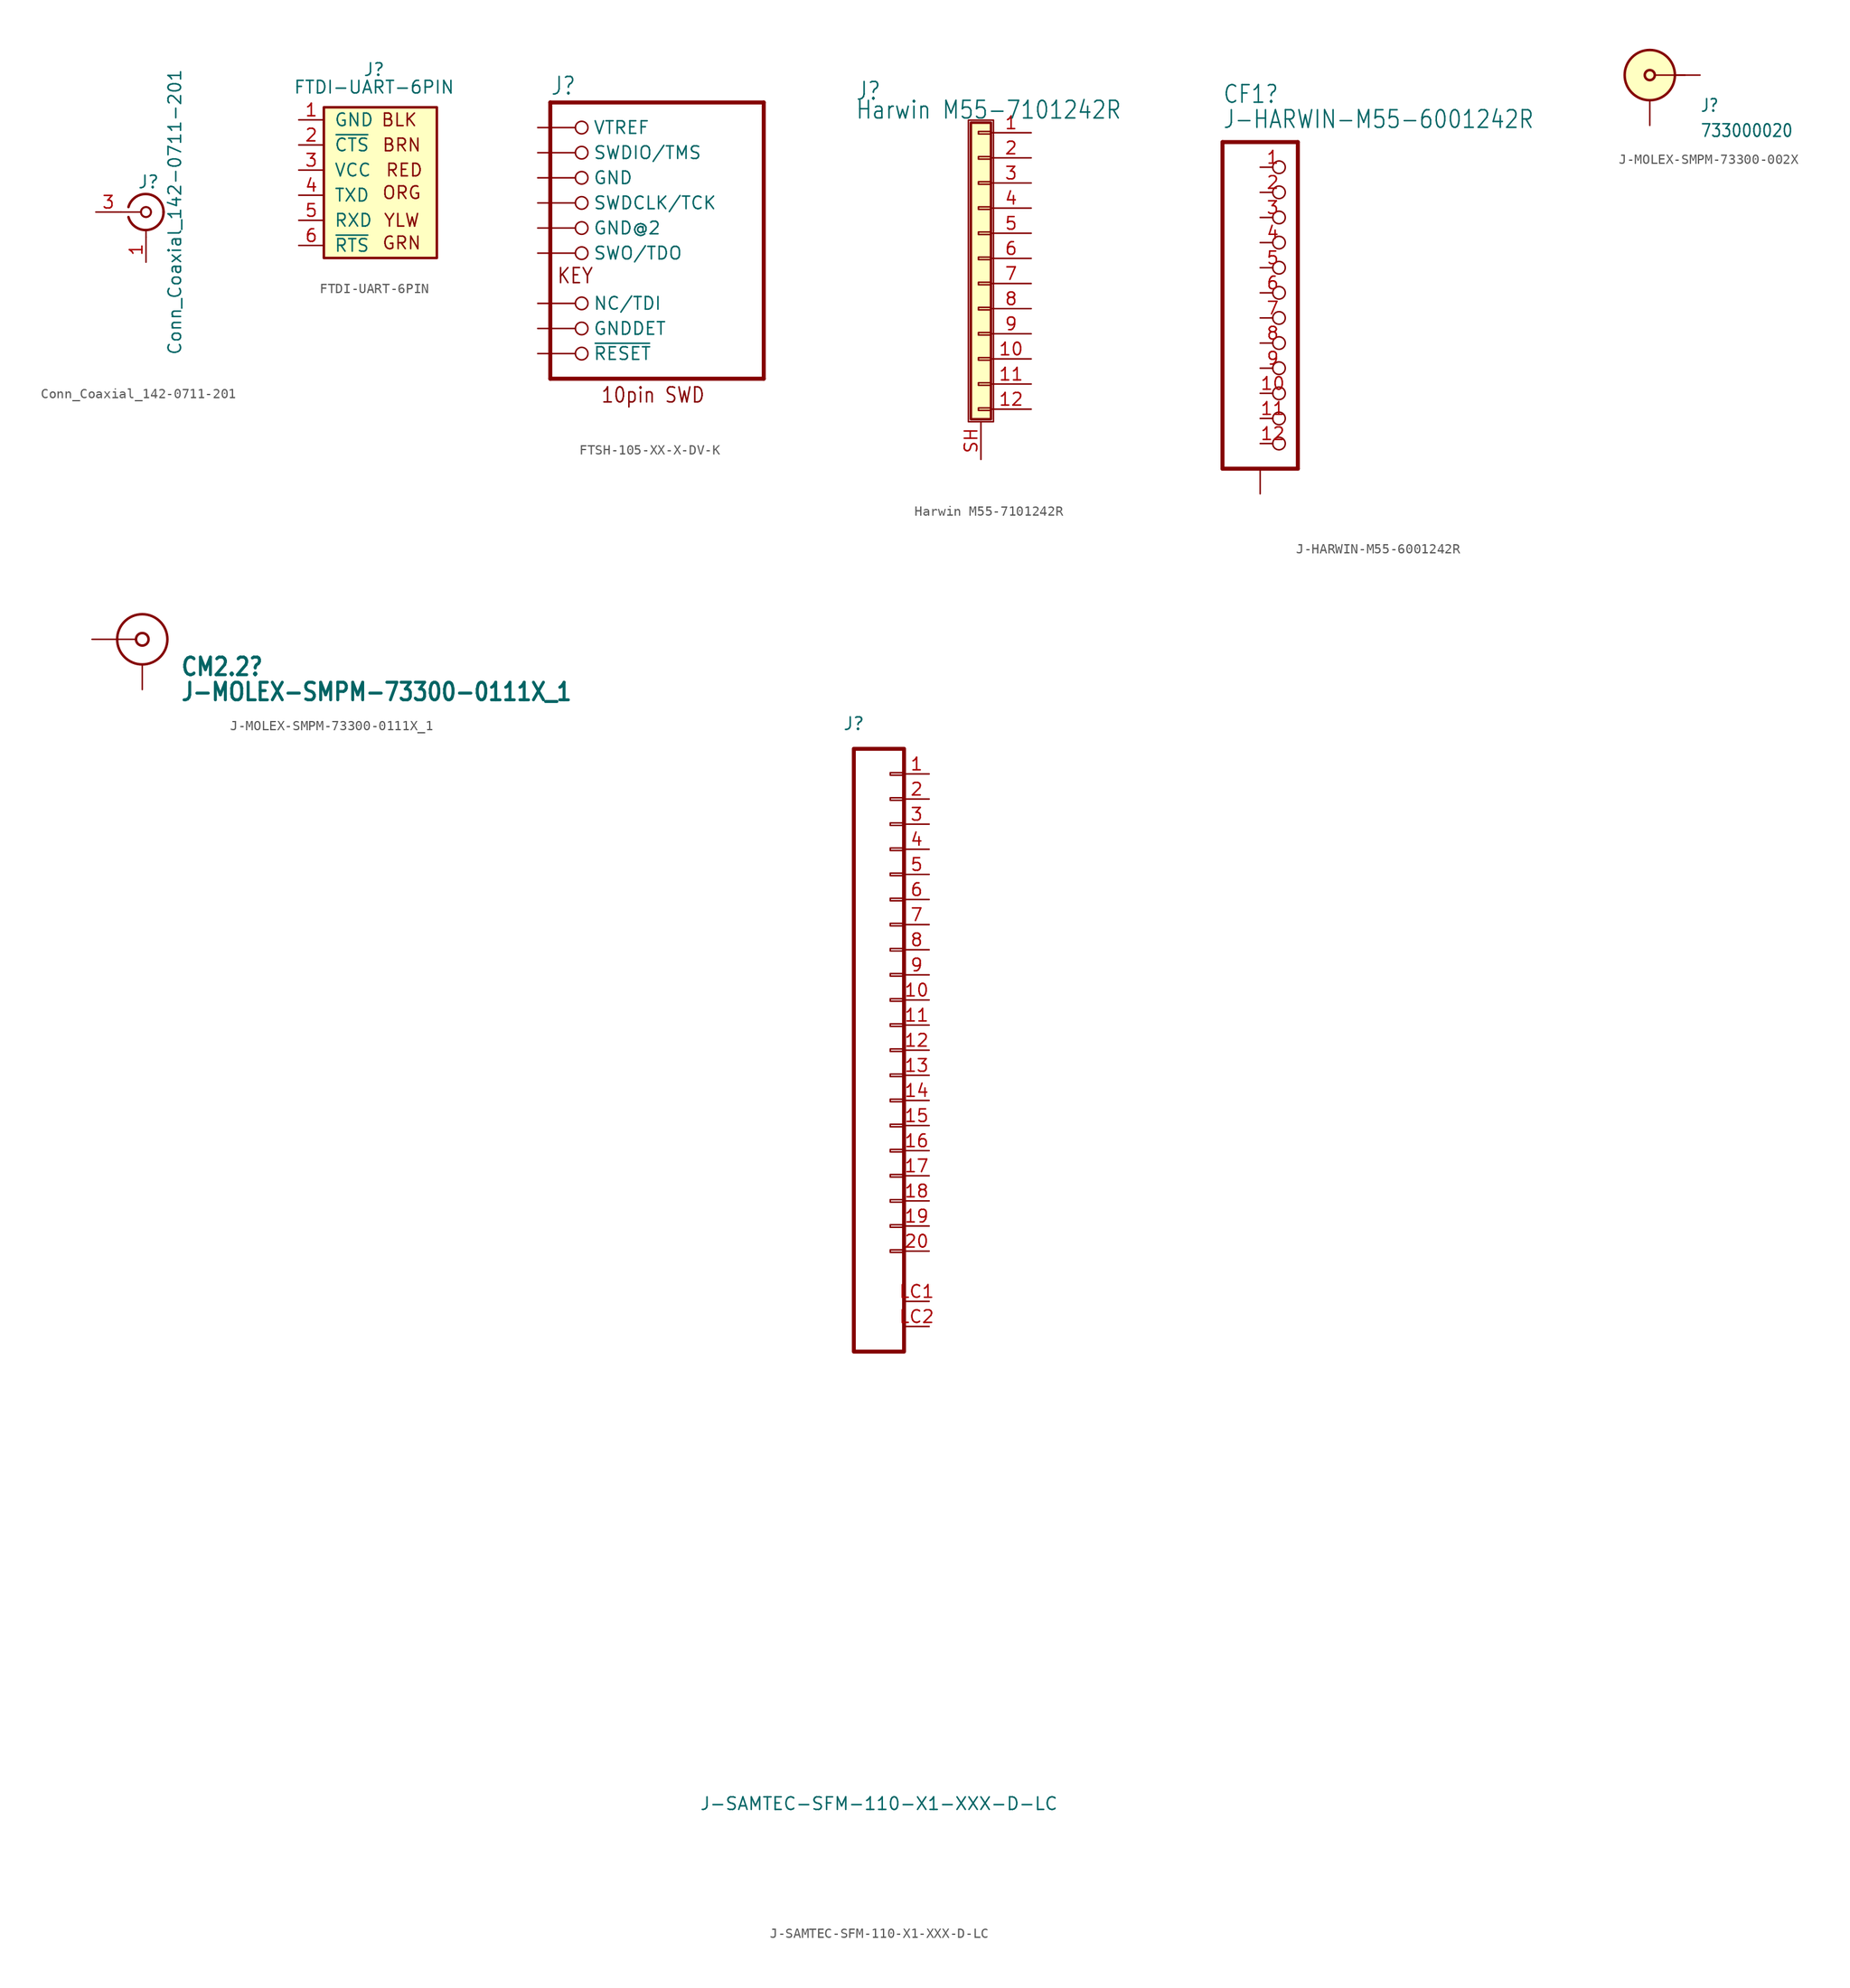
<source format=kicad_sym>
(kicad_symbol_lib
  (version 20241209)
  (generator "kicad_symbol_editor")
  (generator_version "9.0")
  (symbol "Conn_Coaxial_142-0711-201"
    (pin_names
      (offset 1.016)
      (hide yes))
    (property "Reference" "J"
      (at 0.254 3.048 0)
      (effects (font (size 1.27 1.27))))
    (property "Value" "Conn_Coaxial_142-0711-201"
      (at 2.921 0 90)
      (effects (font (size 1.27 1.27))))
    (symbol "Conn_Coaxial_142-0711-201_0_1"
      (polyline (pts (xy -2.54 0) (xy -0.508 0)) (stroke (width 0) (type default)) (fill (type none)))
      (arc (start 1.778 0) (mid 0.222 -1.8079) (end -1.778 -0.508) (stroke (width 0.254) (type default)) (fill (type none)))
      (arc (start -1.778 0.508) (mid 0.2221 1.8084) (end 1.778 0) (stroke (width 0.254) (type default)) (fill (type none)))
      (circle (center 0 0) (radius 0.508) (stroke (width 0.203) (type default)) (fill (type none)))
      (polyline (pts (xy 0 -2.54) (xy 0 -1.778)) (stroke (width 0) (type default)) (fill (type none))))
    (symbol "Conn_Coaxial_142-0711-201_1_1"
      (pin input line (at -5.08 0 0) (length 2.54) (name "3" (effects (font (size 1.27 1.27)))) (number "3" (effects (font (size 1.27 1.27)))))
      (pin passive line (at 0 -5.08 90) (length 2.54) (name "In" (effects (font (size 1.27 1.27)))) (number "1" (effects (font (size 1.27 1.27)))))
      (pin passive line (at 0 -5.08 90) (length 2.54) (hide yes) (name "Ext" (effects (font (size 1.27 1.27)))) (number "2" (effects (font (size 1.27 1.27)))))))
  (symbol "FTDI-UART-6PIN"
    (pin_names
      (offset 1.016))
    (property "Reference" "J"
      (at 0 11.43 0)
      (effects (font (size 1.27 1.27))))
    (property "Value" "FTDI-UART-6PIN"
      (at 0 9.652 0)
      (effects (font (size 1.27 1.27))))
    (symbol "FTDI-UART-6PIN_1_1"
      (rectangle (start -5.08 7.62) (end 6.35 -7.62) (stroke (width 0.254) (type default)) (fill (type background)))
      (text "BLK\n" (at 2.54 6.35 0) (effects (font (size 1.27 1.27))))
      (text "BRN" (at 2.794 3.81 0) (effects (font (size 1.27 1.27))))
      (text "ORG" (at 2.794 -1.016 0) (effects (font (size 1.27 1.27))))
      (text "YLW" (at 2.794 -3.81 0) (effects (font (size 1.27 1.27))))
      (text "GRN" (at 2.794 -6.096 0) (effects (font (size 1.27 1.27))))
      (text "RED" (at 3.048 1.27 0) (effects (font (size 1.27 1.27))))
      (pin passive line (at -7.62 6.35 0) (length 2.54) (name "GND" (effects (font (size 1.27 1.27)))) (number "1" (effects (font (size 1.27 1.27)))))
      (pin passive line (at -7.62 3.81 0) (length 2.54) (name "~{CTS}" (effects (font (size 1.27 1.27)))) (number "2" (effects (font (size 1.27 1.27)))))
      (pin passive line (at -7.62 1.27 0) (length 2.54) (name "VCC" (effects (font (size 1.27 1.27)))) (number "3" (effects (font (size 1.27 1.27)))))
      (pin passive line (at -7.62 -1.27 0) (length 2.54) (name "TXD" (effects (font (size 1.27 1.27)))) (number "4" (effects (font (size 1.27 1.27)))))
      (pin passive line (at -7.62 -3.81 0) (length 2.54) (name "RXD" (effects (font (size 1.27 1.27)))) (number "5" (effects (font (size 1.27 1.27)))))
      (pin passive line (at -7.62 -6.35 0) (length 2.54) (name "~{RTS}" (effects (font (size 1.27 1.27)))) (number "6" (effects (font (size 1.27 1.27)))))))
  (symbol "FTSH-105-XX-X-DV-K"
    (property "Reference" "J"
      (at -6.35 18.415 0)
      (effects (font (size 1.778 1.511)) (justify left bottom)))
    (symbol "FTSH-105-XX-X-DV-K_1_0"
      (polyline (pts (xy -6.35 17.78) (xy -6.35 -10.16)) (stroke (width 0.406) (type default)) (fill (type none)))
      (polyline (pts (xy -6.35 -10.16) (xy 15.24 -10.16)) (stroke (width 0.406) (type default)) (fill (type none)))
      (polyline (pts (xy 15.24 17.78) (xy -6.35 17.78)) (stroke (width 0.406) (type default)) (fill (type none)))
      (polyline (pts (xy 15.24 -10.16) (xy 15.24 17.78)) (stroke (width 0.406) (type default)) (fill (type none)))
      (text "KEY" (at -5.715 -0.635 0) (effects (font (size 1.524 1.295)) (justify left bottom)))
      (text "10pin SWD" (at -1.27 -12.7 0) (effects (font (size 1.524 1.295)) (justify left bottom)))
      (pin passive inverted (at -7.62 15.24 0) (length 5.08) (name "VTREF" (effects (font (size 1.27 1.27)))) (number "1" (effects (font (size 0 0)))))
      (pin passive inverted (at -7.62 12.7 0) (length 5.08) (name "SWDIO/TMS" (effects (font (size 1.27 1.27)))) (number "2" (effects (font (size 0 0)))))
      (pin passive inverted (at -7.62 10.16 0) (length 5.08) (name "GND" (effects (font (size 1.27 1.27)))) (number "3" (effects (font (size 0 0)))))
      (pin passive inverted (at -7.62 7.62 0) (length 5.08) (name "SWDCLK/TCK" (effects (font (size 1.27 1.27)))) (number "4" (effects (font (size 0 0)))))
      (pin passive inverted (at -7.62 5.08 0) (length 5.08) (name "GND@2" (effects (font (size 1.27 1.27)))) (number "5" (effects (font (size 0 0)))))
      (pin passive inverted (at -7.62 2.54 0) (length 5.08) (name "SWO/TDO" (effects (font (size 1.27 1.27)))) (number "6" (effects (font (size 0 0)))))
      (pin passive inverted (at -7.62 -2.54 0) (length 5.08) (name "NC/TDI" (effects (font (size 1.27 1.27)))) (number "8" (effects (font (size 0 0)))))
      (pin passive inverted (at -7.62 -5.08 0) (length 5.08) (name "GNDDET" (effects (font (size 1.27 1.27)))) (number "9" (effects (font (size 0 0)))))
      (pin passive inverted (at -7.62 -7.62 0) (length 5.08) (name "~{RESET}" (effects (font (size 1.27 1.27)))) (number "10" (effects (font (size 0 0)))))))
  (symbol "Harwin M55-7101242R"
    (pin_names
      (hide yes))
    (property "Reference" "J"
      (at -12.7 15.875 0)
      (effects (font (size 1.778 1.511)) (justify left bottom)))
    (property "Value" "Harwin M55-7101242R"
      (at -12.7 13.97 0)
      (effects (font (size 1.778 1.511)) (justify left bottom)))
    (symbol "Harwin M55-7101242R_1_1"
      (rectangle (start -1.27 -16.51) (end 1.27 13.97) (stroke (width 0.152) (type default)) (fill (type none)))
      (rectangle (start -1.016 -16.256) (end 1.016 13.716) (stroke (width 0.254) (type default)) (fill (type background)))
      (rectangle (start -0.254 12.573) (end 1.016 12.827) (stroke (width 0.152) (type default)) (fill (type none)))
      (rectangle (start -0.254 10.033) (end 1.016 10.287) (stroke (width 0.152) (type default)) (fill (type none)))
      (rectangle (start -0.254 7.493) (end 1.016 7.747) (stroke (width 0.152) (type default)) (fill (type none)))
      (rectangle (start -0.254 4.953) (end 1.016 5.207) (stroke (width 0.152) (type default)) (fill (type none)))
      (rectangle (start -0.254 2.413) (end 1.016 2.667) (stroke (width 0.152) (type default)) (fill (type none)))
      (rectangle (start -0.254 -0.127) (end 1.016 0.127) (stroke (width 0.152) (type default)) (fill (type none)))
      (rectangle (start -0.254 -2.667) (end 1.016 -2.413) (stroke (width 0.152) (type default)) (fill (type none)))
      (rectangle (start -0.254 -5.207) (end 1.016 -4.953) (stroke (width 0.152) (type default)) (fill (type none)))
      (rectangle (start -0.254 -7.747) (end 1.016 -7.493) (stroke (width 0.152) (type default)) (fill (type none)))
      (rectangle (start -0.254 -10.287) (end 1.016 -10.033) (stroke (width 0.152) (type default)) (fill (type none)))
      (rectangle (start -0.254 -12.827) (end 1.016 -12.573) (stroke (width 0.152) (type default)) (fill (type none)))
      (rectangle (start -0.254 -15.367) (end 1.016 -15.113) (stroke (width 0.152) (type default)) (fill (type none)))
      (pin passive line (at 0 -20.32 90) (length 3.81) (name "Shield" (effects (font (size 1.27 1.27)))) (number "SH" (effects (font (size 1.27 1.27)))))
      (pin passive line (at 5.08 12.7 180) (length 4.064) (name "Pin_1" (effects (font (size 1.27 1.27)))) (number "1" (effects (font (size 1.27 1.27)))))
      (pin passive line (at 5.08 10.16 180) (length 4.064) (name "Pin_2" (effects (font (size 1.27 1.27)))) (number "2" (effects (font (size 1.27 1.27)))))
      (pin passive line (at 5.08 7.62 180) (length 4.064) (name "Pin_3" (effects (font (size 1.27 1.27)))) (number "3" (effects (font (size 1.27 1.27)))))
      (pin passive line (at 5.08 5.08 180) (length 4.064) (name "Pin_4" (effects (font (size 1.27 1.27)))) (number "4" (effects (font (size 1.27 1.27)))))
      (pin passive line (at 5.08 2.54 180) (length 4.064) (name "Pin_5" (effects (font (size 1.27 1.27)))) (number "5" (effects (font (size 1.27 1.27)))))
      (pin passive line (at 5.08 0 180) (length 4.064) (name "Pin_6" (effects (font (size 1.27 1.27)))) (number "6" (effects (font (size 1.27 1.27)))))
      (pin passive line (at 5.08 -2.54 180) (length 4.064) (name "Pin_7" (effects (font (size 1.27 1.27)))) (number "7" (effects (font (size 1.27 1.27)))))
      (pin passive line (at 5.08 -5.08 180) (length 4.064) (name "Pin_8" (effects (font (size 1.27 1.27)))) (number "8" (effects (font (size 1.27 1.27)))))
      (pin passive line (at 5.08 -7.62 180) (length 4.064) (name "Pin_9" (effects (font (size 1.27 1.27)))) (number "9" (effects (font (size 1.27 1.27)))))
      (pin passive line (at 5.08 -10.16 180) (length 4.064) (name "Pin_10" (effects (font (size 1.27 1.27)))) (number "10" (effects (font (size 1.27 1.27)))))
      (pin passive line (at 5.08 -12.7 180) (length 4.064) (name "Pin_11" (effects (font (size 1.27 1.27)))) (number "11" (effects (font (size 1.27 1.27)))))
      (pin passive line (at 5.08 -15.24 180) (length 4.064) (name "Pin_12" (effects (font (size 1.27 1.27)))) (number "12" (effects (font (size 1.27 1.27)))))))
  (symbol "J-HARWIN-M55-6001242R"
    (pin_names
      (hide yes))
    (property "Reference" "CF1"
      (at -6.35 19.05 0)
      (effects (font (size 1.778 1.511)) (justify left bottom)))
    (property "Value" "J-HARWIN-M55-6001242R"
      (at -6.35 16.51 0)
      (effects (font (size 1.778 1.511)) (justify left bottom)))
    (symbol "J-HARWIN-M55-6001242R_1_0"
      (polyline (pts (xy -6.35 15.24) (xy -6.35 -17.78)) (stroke (width 0.406) (type default)) (fill (type none)))
      (polyline (pts (xy -6.35 -17.78) (xy 1.27 -17.78)) (stroke (width 0.406) (type default)) (fill (type none)))
      (polyline (pts (xy 1.27 15.24) (xy -6.35 15.24)) (stroke (width 0.406) (type default)) (fill (type none)))
      (polyline (pts (xy 1.27 -17.78) (xy 1.27 15.24)) (stroke (width 0.406) (type default)) (fill (type none)))
      (pin passive inverted (at -2.54 12.7 0) (length 2.54) (name "1" (effects (font (size 0 0)))) (number "1" (effects (font (size 1.27 1.27)))))
      (pin passive inverted (at -2.54 10.16 0) (length 2.54) (name "2" (effects (font (size 0 0)))) (number "2" (effects (font (size 1.27 1.27)))))
      (pin passive inverted (at -2.54 7.62 0) (length 2.54) (name "3" (effects (font (size 0 0)))) (number "3" (effects (font (size 1.27 1.27)))))
      (pin passive inverted (at -2.54 5.08 0) (length 2.54) (name "4" (effects (font (size 0 0)))) (number "4" (effects (font (size 1.27 1.27)))))
      (pin passive inverted (at -2.54 2.54 0) (length 2.54) (name "5" (effects (font (size 0 0)))) (number "5" (effects (font (size 1.27 1.27)))))
      (pin passive inverted (at -2.54 0 0) (length 2.54) (name "6" (effects (font (size 0 0)))) (number "6" (effects (font (size 1.27 1.27)))))
      (pin passive inverted (at -2.54 -2.54 0) (length 2.54) (name "7" (effects (font (size 0 0)))) (number "7" (effects (font (size 1.27 1.27)))))
      (pin passive inverted (at -2.54 -5.08 0) (length 2.54) (name "8" (effects (font (size 0 0)))) (number "8" (effects (font (size 1.27 1.27)))))
      (pin passive inverted (at -2.54 -7.62 0) (length 2.54) (name "9" (effects (font (size 0 0)))) (number "9" (effects (font (size 1.27 1.27)))))
      (pin passive inverted (at -2.54 -10.16 0) (length 2.54) (name "10" (effects (font (size 0 0)))) (number "10" (effects (font (size 1.27 1.27)))))
      (pin passive inverted (at -2.54 -12.7 0) (length 2.54) (name "11" (effects (font (size 0 0)))) (number "11" (effects (font (size 1.27 1.27)))))
      (pin passive inverted (at -2.54 -15.24 0) (length 2.54) (name "12" (effects (font (size 0 0)))) (number "12" (effects (font (size 1.27 1.27)))))
      (pin passive line (at -2.54 -20.32 90) (length 2.54) (name "SHIELD" (effects (font (size 0 0)))) (number "SH" (effects (font (size 0 0)))))))
  (symbol "J-MOLEX-SMPM-73300-002X"
    (property "Reference" "J"
      (at 5.08 -3.81 0)
      (effects (font (size 1.27 1.079)) (justify left bottom)))
    (property "Value" "733000020"
      (at 5.08 -6.35 0)
      (effects (font (size 1.27 1.079)) (justify left bottom)))
    (symbol "J-MOLEX-SMPM-73300-002X_1_0"
      (circle (center 0 0) (radius 0.508) (stroke (width 0.254) (type default)) (fill (type none)))
      (circle (center 0 0) (radius 2.54) (stroke (width 0.254) (type default)) (fill (type background)))
      (polyline (pts (xy 0.508 0) (xy 3.556 0)) (stroke (width 0.152) (type default)) (fill (type none)))
      (pin passive line (at 0 -5.08 90) (length 2.54) (name "SHLD" (effects (font (size 0 0)))) (number "SHLD" (effects (font (size 0 0)))))
      (pin passive line (at 5.08 0 180) (length 2.54) (name "SIG" (effects (font (size 0 0)))) (number "SIG" (effects (font (size 0 0)))))))
  (symbol "J-MOLEX-SMPM-73300-0111X_1"
    (property "Reference" "CM2.2"
      (at 3.81 -3.81 0)
      (effects (font (size 1.778 1.511) (bold yes)) (justify left bottom)))
    (property "Value" "J-MOLEX-SMPM-73300-0111X_1"
      (at 3.81 -6.35 0)
      (effects (font (size 1.778 1.511) (bold yes)) (justify left bottom)))
    (property "ki_locked" ""
      (at 0 0 0)
      (effects (font (size 1.27 1.27))))
    (symbol "J-MOLEX-SMPM-73300-0111X_1_1_0"
      (polyline (pts (xy -2.54 0) (xy -0.635 0)) (stroke (width 0.152) (type default)) (fill (type none)))
      (circle (center 0 0) (radius 0.635) (stroke (width 0.254) (type default)) (fill (type none)))
      (circle (center 0 0) (radius 2.54) (stroke (width 0.254) (type default)) (fill (type none)))
      (pin passive line (at -5.08 0 0) (length 2.54) (name "RF" (effects (font (size 0 0)))) (number "RF-DOWN" (effects (font (size 0 0)))))
      (pin passive line (at 0 -5.08 90) (length 2.54) (name "SHIELD1" (effects (font (size 0 0)))) (number "GND" (effects (font (size 0 0)))))))
  (symbol "J-SAMTEC-SFM-110-X1-XXX-D-LC"
    (pin_names
      (hide yes))
    (property "Reference" "J"
      (at -2.54 53.34 0)
      (effects (font (size 1.27 1.27))))
    (property "Value" "J-SAMTEC-SFM-110-X1-XXX-D-LC"
      (at 0 -55.88 0)
      (effects (font (size 1.27 1.27))))
    (symbol "J-SAMTEC-SFM-110-X1-XXX-D-LC_0_1"
      (rectangle (start -2.54 50.8) (end 2.54 -10.16) (stroke (width 0.4) (type default)) (fill (type none)))
      (rectangle (start 2.413 48.387) (end 1.143 48.133) (stroke (width 0.152) (type default)) (fill (type none)))
      (rectangle (start 2.413 45.847) (end 1.143 45.593) (stroke (width 0.152) (type default)) (fill (type none)))
      (rectangle (start 2.413 43.307) (end 1.143 43.053) (stroke (width 0.152) (type default)) (fill (type none)))
      (rectangle (start 2.413 40.767) (end 1.143 40.513) (stroke (width 0.152) (type default)) (fill (type none)))
      (rectangle (start 2.413 38.227) (end 1.143 37.973) (stroke (width 0.152) (type default)) (fill (type none)))
      (rectangle (start 2.413 35.687) (end 1.143 35.433) (stroke (width 0.152) (type default)) (fill (type none)))
      (rectangle (start 2.413 33.147) (end 1.143 32.893) (stroke (width 0.152) (type default)) (fill (type none)))
      (rectangle (start 2.413 30.607) (end 1.143 30.353) (stroke (width 0.152) (type default)) (fill (type none)))
      (rectangle (start 2.413 28.067) (end 1.143 27.813) (stroke (width 0.152) (type default)) (fill (type none)))
      (rectangle (start 2.413 25.527) (end 1.143 25.273) (stroke (width 0.152) (type default)) (fill (type none)))
      (rectangle (start 2.413 22.987) (end 1.143 22.733) (stroke (width 0.152) (type default)) (fill (type none)))
      (rectangle (start 2.413 20.447) (end 1.143 20.193) (stroke (width 0.152) (type default)) (fill (type none)))
      (rectangle (start 2.413 17.907) (end 1.143 17.653) (stroke (width 0.152) (type default)) (fill (type none)))
      (rectangle (start 2.413 15.367) (end 1.143 15.113) (stroke (width 0.152) (type default)) (fill (type none)))
      (rectangle (start 2.413 12.827) (end 1.143 12.573) (stroke (width 0.152) (type default)) (fill (type none)))
      (rectangle (start 2.413 10.287) (end 1.143 10.033) (stroke (width 0.152) (type default)) (fill (type none)))
      (rectangle (start 2.413 7.747) (end 1.143 7.493) (stroke (width 0.152) (type default)) (fill (type none)))
      (rectangle (start 2.413 5.207) (end 1.143 4.953) (stroke (width 0.152) (type default)) (fill (type none)))
      (rectangle (start 2.413 2.667) (end 1.143 2.413) (stroke (width 0.152) (type default)) (fill (type none)))
      (rectangle (start 2.413 0.127) (end 1.143 -0.127) (stroke (width 0.152) (type default)) (fill (type none))))
    (symbol "J-SAMTEC-SFM-110-X1-XXX-D-LC_1_1"
      (pin passive line (at 5.08 48.26 180) (length 2.54) (name "" (effects (font (size 1.27 1.27)))) (number "1" (effects (font (size 1.27 1.27)))))
      (pin passive line (at 5.08 45.72 180) (length 2.54) (name "" (effects (font (size 1.27 1.27)))) (number "2" (effects (font (size 1.27 1.27)))))
      (pin passive line (at 5.08 43.18 180) (length 2.54) (name "" (effects (font (size 1.27 1.27)))) (number "3" (effects (font (size 1.27 1.27)))))
      (pin passive line (at 5.08 40.64 180) (length 2.54) (name "" (effects (font (size 1.27 1.27)))) (number "4" (effects (font (size 1.27 1.27)))))
      (pin passive line (at 5.08 38.1 180) (length 2.54) (name "" (effects (font (size 1.27 1.27)))) (number "5" (effects (font (size 1.27 1.27)))))
      (pin passive line (at 5.08 35.56 180) (length 2.54) (name "" (effects (font (size 1.27 1.27)))) (number "6" (effects (font (size 1.27 1.27)))))
      (pin passive line (at 5.08 33.02 180) (length 2.54) (name "" (effects (font (size 1.27 1.27)))) (number "7" (effects (font (size 1.27 1.27)))))
      (pin passive line (at 5.08 30.48 180) (length 2.54) (name "" (effects (font (size 1.27 1.27)))) (number "8" (effects (font (size 1.27 1.27)))))
      (pin passive line (at 5.08 27.94 180) (length 2.54) (name "" (effects (font (size 1.27 1.27)))) (number "9" (effects (font (size 1.27 1.27)))))
      (pin passive line (at 5.08 25.4 180) (length 2.54) (name "" (effects (font (size 1.27 1.27)))) (number "10" (effects (font (size 1.27 1.27)))))
      (pin passive line (at 5.08 22.86 180) (length 2.54) (name "" (effects (font (size 1.27 1.27)))) (number "11" (effects (font (size 1.27 1.27)))))
      (pin passive line (at 5.08 20.32 180) (length 2.54) (name "" (effects (font (size 1.27 1.27)))) (number "12" (effects (font (size 1.27 1.27)))))
      (pin passive line (at 5.08 17.78 180) (length 2.54) (name "" (effects (font (size 1.27 1.27)))) (number "13" (effects (font (size 1.27 1.27)))))
      (pin passive line (at 5.08 15.24 180) (length 2.54) (name "" (effects (font (size 1.27 1.27)))) (number "14" (effects (font (size 1.27 1.27)))))
      (pin passive line (at 5.08 12.7 180) (length 2.54) (name "" (effects (font (size 1.27 1.27)))) (number "15" (effects (font (size 1.27 1.27)))))
      (pin passive line (at 5.08 10.16 180) (length 2.54) (name "" (effects (font (size 1.27 1.27)))) (number "16" (effects (font (size 1.27 1.27)))))
      (pin passive line (at 5.08 7.62 180) (length 2.54) (name "" (effects (font (size 1.27 1.27)))) (number "17" (effects (font (size 1.27 1.27)))))
      (pin passive line (at 5.08 5.08 180) (length 2.54) (name "" (effects (font (size 1.27 1.27)))) (number "18" (effects (font (size 1.27 1.27)))))
      (pin passive line (at 5.08 2.54 180) (length 2.54) (name "" (effects (font (size 1.27 1.27)))) (number "19" (effects (font (size 1.27 1.27)))))
      (pin passive line (at 5.08 0 180) (length 2.54) (name "" (effects (font (size 1.27 1.27)))) (number "20" (effects (font (size 1.27 1.27)))))
      (pin passive line (at 5.08 -5.08 180) (length 2.54) (name "" (effects (font (size 1.27 1.27)))) (number "LC1" (effects (font (size 1.27 1.27)))))
      (pin passive line (at 5.08 -7.62 180) (length 2.54) (name "" (effects (font (size 1.27 1.27)))) (number "LC2" (effects (font (size 1.27 1.27))))))))
</source>
